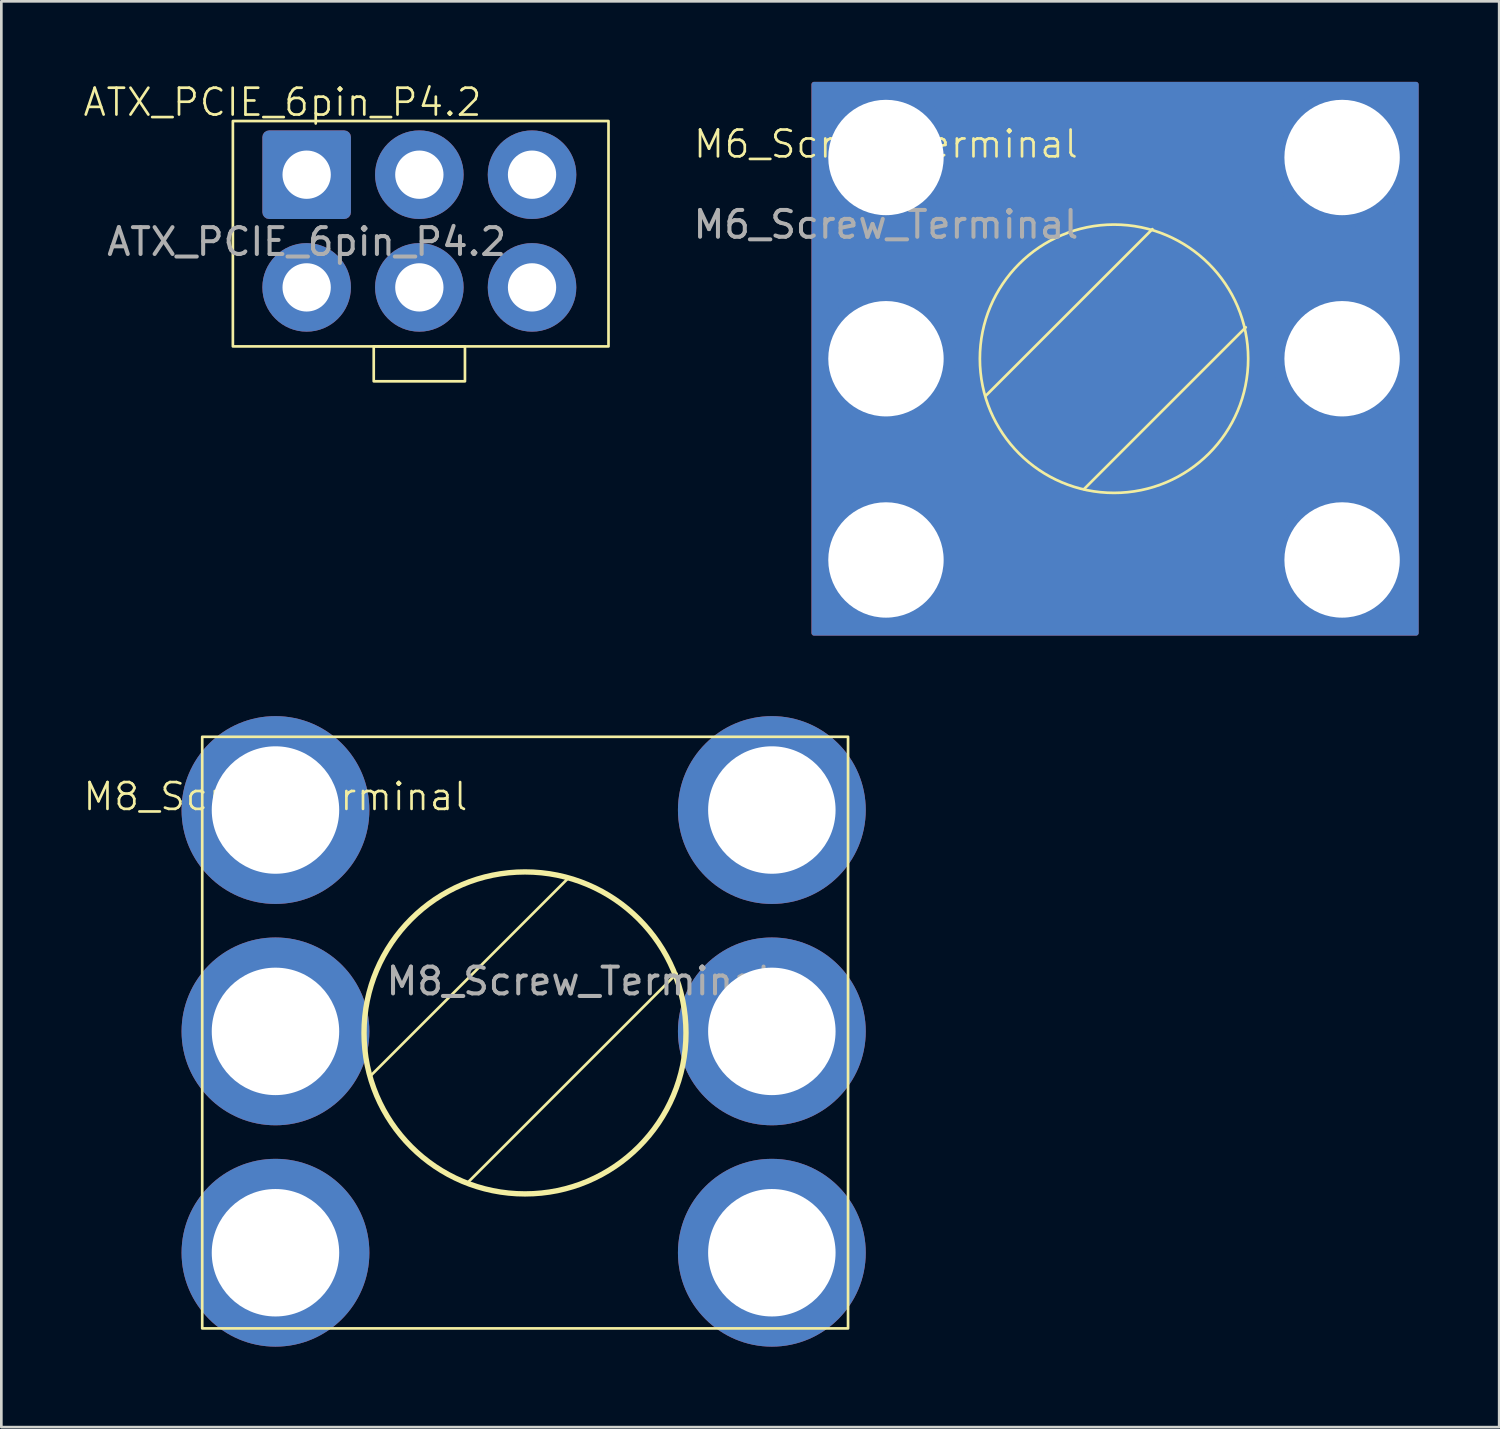
<source format=kicad_pcb>
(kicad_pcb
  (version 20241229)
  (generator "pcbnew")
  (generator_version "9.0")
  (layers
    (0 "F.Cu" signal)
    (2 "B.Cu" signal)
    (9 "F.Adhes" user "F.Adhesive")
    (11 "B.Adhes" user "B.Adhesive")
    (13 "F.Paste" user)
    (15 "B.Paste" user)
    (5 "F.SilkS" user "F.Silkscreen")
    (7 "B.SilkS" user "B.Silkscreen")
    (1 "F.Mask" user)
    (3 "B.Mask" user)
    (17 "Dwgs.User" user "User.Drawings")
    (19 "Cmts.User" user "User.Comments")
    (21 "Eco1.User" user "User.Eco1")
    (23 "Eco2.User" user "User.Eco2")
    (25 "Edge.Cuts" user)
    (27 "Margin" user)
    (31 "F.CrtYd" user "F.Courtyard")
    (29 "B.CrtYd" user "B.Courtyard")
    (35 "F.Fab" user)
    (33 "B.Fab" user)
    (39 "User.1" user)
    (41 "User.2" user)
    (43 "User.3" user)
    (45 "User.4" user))
  (footprint "ATX_PCIE_6pin_P4.2"
    (layer "F.Cu")
    (at 8.379 3.461)
    (property "Reference" "ATX_PCIE_6pin_P4.2" (at -0.9 -2.7 0) (unlocked yes) (layer "F.SilkS") (effects (font (size 1 1) (thickness 0.1))))
    (attr smd)
    (fp_rect (start -2.75 -2) (end 11.25 6.4) (stroke (width 0.1) (type default)) (fill no) (layer "F.SilkS"))
    (fp_rect (start 2.5 6.4) (end 5.9 7.7) (stroke (width 0.1) (type default)) (fill no) (layer "F.SilkS"))
    (fp_text user "${REFERENCE}" (at 0 2.5 0) (unlocked yes) (layer "F.Fab") (effects (font (size 1 1) (thickness 0.15))))
    (pad "1" thru_hole roundrect (at 0 0) (size 3.3 3.3) (drill 1.8) (layers "*.Cu" "*.Mask") (roundrect_rratio 0.076))
    (pad "2" thru_hole circle (at 4.2 0) (size 3.3 3.3) (drill 1.8) (layers "*.Cu" "*.Mask"))
    (pad "3" thru_hole circle (at 8.4 0) (size 3.3 3.3) (drill 1.8) (layers "*.Cu" "*.Mask"))
    (pad "4" thru_hole circle (at 0 4.2) (size 3.3 3.3) (drill 1.8) (layers "*.Cu" "*.Mask"))
    (pad "5" thru_hole circle (at 4.2 4.2) (size 3.3 3.3) (drill 1.8) (layers "*.Cu" "*.Mask"))
    (pad "6" thru_hole circle (at 8.4 4.2) (size 3.3 3.3) (drill 1.8) (layers "*.Cu" "*.Mask")))
  (footprint "M8_Screw_Terminal"
    (layer "F.Cu")
    (at 7.217 27.14)
    (property "Reference" "M8_Screw_Terminal" (at 0 -0.5 0) (unlocked yes) (layer "F.SilkS") (effects (font (size 1 1) (thickness 0.1))))
    (attr smd)
    (fp_line (start 3.56 9.89) (end 10.9 2.55) (stroke (width 0.1) (type default)) (layer "F.SilkS"))
    (fp_line (start 7.17 13.88) (end 14.95 6.1) (stroke (width 0.1) (type default)) (layer "F.SilkS"))
    (fp_rect (start -2.73 -2.73) (end 21.34 19.32) (stroke (width 0.1) (type solid)) (fill no) (layer "F.SilkS"))
    (fp_circle (center 9.3 8.307) (end 15.3 8.307) (stroke (width 0.2) (type solid)) (fill no) (layer "F.SilkS"))
    (fp_text user "${REFERENCE}" (at 11.31 6.38 0) (unlocked yes) (layer "F.Fab") (effects (font (size 1 1) (thickness 0.15))))
    (pad "1" thru_hole circle (at 0 0) (size 7 7) (drill 4.75) (layers "*.Cu" "*.Mask"))
    (pad "1" thru_hole circle (at 0 8.25) (size 7 7) (drill 4.75) (layers "*.Cu" "*.Mask"))
    (pad "1" thru_hole circle (at 0 16.5) (size 7 7) (drill 4.75) (layers "*.Cu" "*.Mask"))
    (pad "1" thru_hole circle (at 18.5 0) (size 7 7) (drill 4.75) (layers "*.Cu" "*.Mask"))
    (pad "1" thru_hole circle (at 18.5 8.25) (size 7 7) (drill 4.75) (layers "*.Cu" "*.Mask"))
    (pad "1" thru_hole circle (at 18.5 16.5) (size 7 7) (drill 4.75) (layers "*.Cu" "*.Mask")))
  (footprint "M6_Screw_Terminal"
    (layer "F.Cu")
    (at 29.97 2.82)
    (property "Reference" "M6_Screw_Terminal" (at 0 -0.5 0) (unlocked yes) (layer "F.SilkS") (effects (font (size 1 1) (thickness 0.1))))
    (attr smd)
    (fp_rect (start -2.68 -2.72) (end 19.75 17.72) (stroke (width 0.2) (type solid)) (fill yes) (layer "F.Cu"))
    (fp_rect (start -2.675 -2.72) (end 19.755 17.72) (stroke (width 0.2) (type solid)) (fill yes) (layer "B.Cu"))
    (fp_line (start 9.93 2.67) (end 3.72 8.88) (stroke (width 0.1) (type default)) (layer "F.SilkS"))
    (fp_line (start 13.41 6.33) (end 7.38 12.36) (stroke (width 0.1) (type default)) (layer "F.SilkS"))
    (fp_circle (center 8.5 7.5) (end 13.5 7.5) (stroke (width 0.1) (type solid)) (fill no) (layer "F.SilkS"))
    (fp_text user "${REFERENCE}" (at 0 2.5 0) (unlocked yes) (layer "F.Fab") (effects (font (size 1 1) (thickness 0.15))))
    (pad "1" thru_hole circle (at 0 0) (size 5.2 5.2) (drill 4.3) (layers "*.Cu" "*.Mask"))
    (pad "1" thru_hole circle (at 0 7.5) (size 5.2 5.2) (drill 4.3) (layers "*.Cu" "*.Mask"))
    (pad "1" thru_hole circle (at 0 15) (size 5.2 5.2) (drill 4.3) (layers "*.Cu" "*.Mask"))
    (pad "1" thru_hole circle (at 17 0) (size 5.2 5.2) (drill 4.3) (layers "*.Cu" "*.Mask"))
    (pad "1" thru_hole circle (at 17 7.5) (size 5.2 5.2) (drill 4.3) (layers "*.Cu" "*.Mask"))
    (pad "1" thru_hole circle (at 17 15) (size 5.2 5.2) (drill 4.3) (layers "*.Cu" "*.Mask")))
  (gr_rect
    (start -3 -3)
    (end 52.825 50.14)
    (stroke (width 0.1) (type default))
    (fill no)
    (layer "Edge.Cuts")))
</source>
